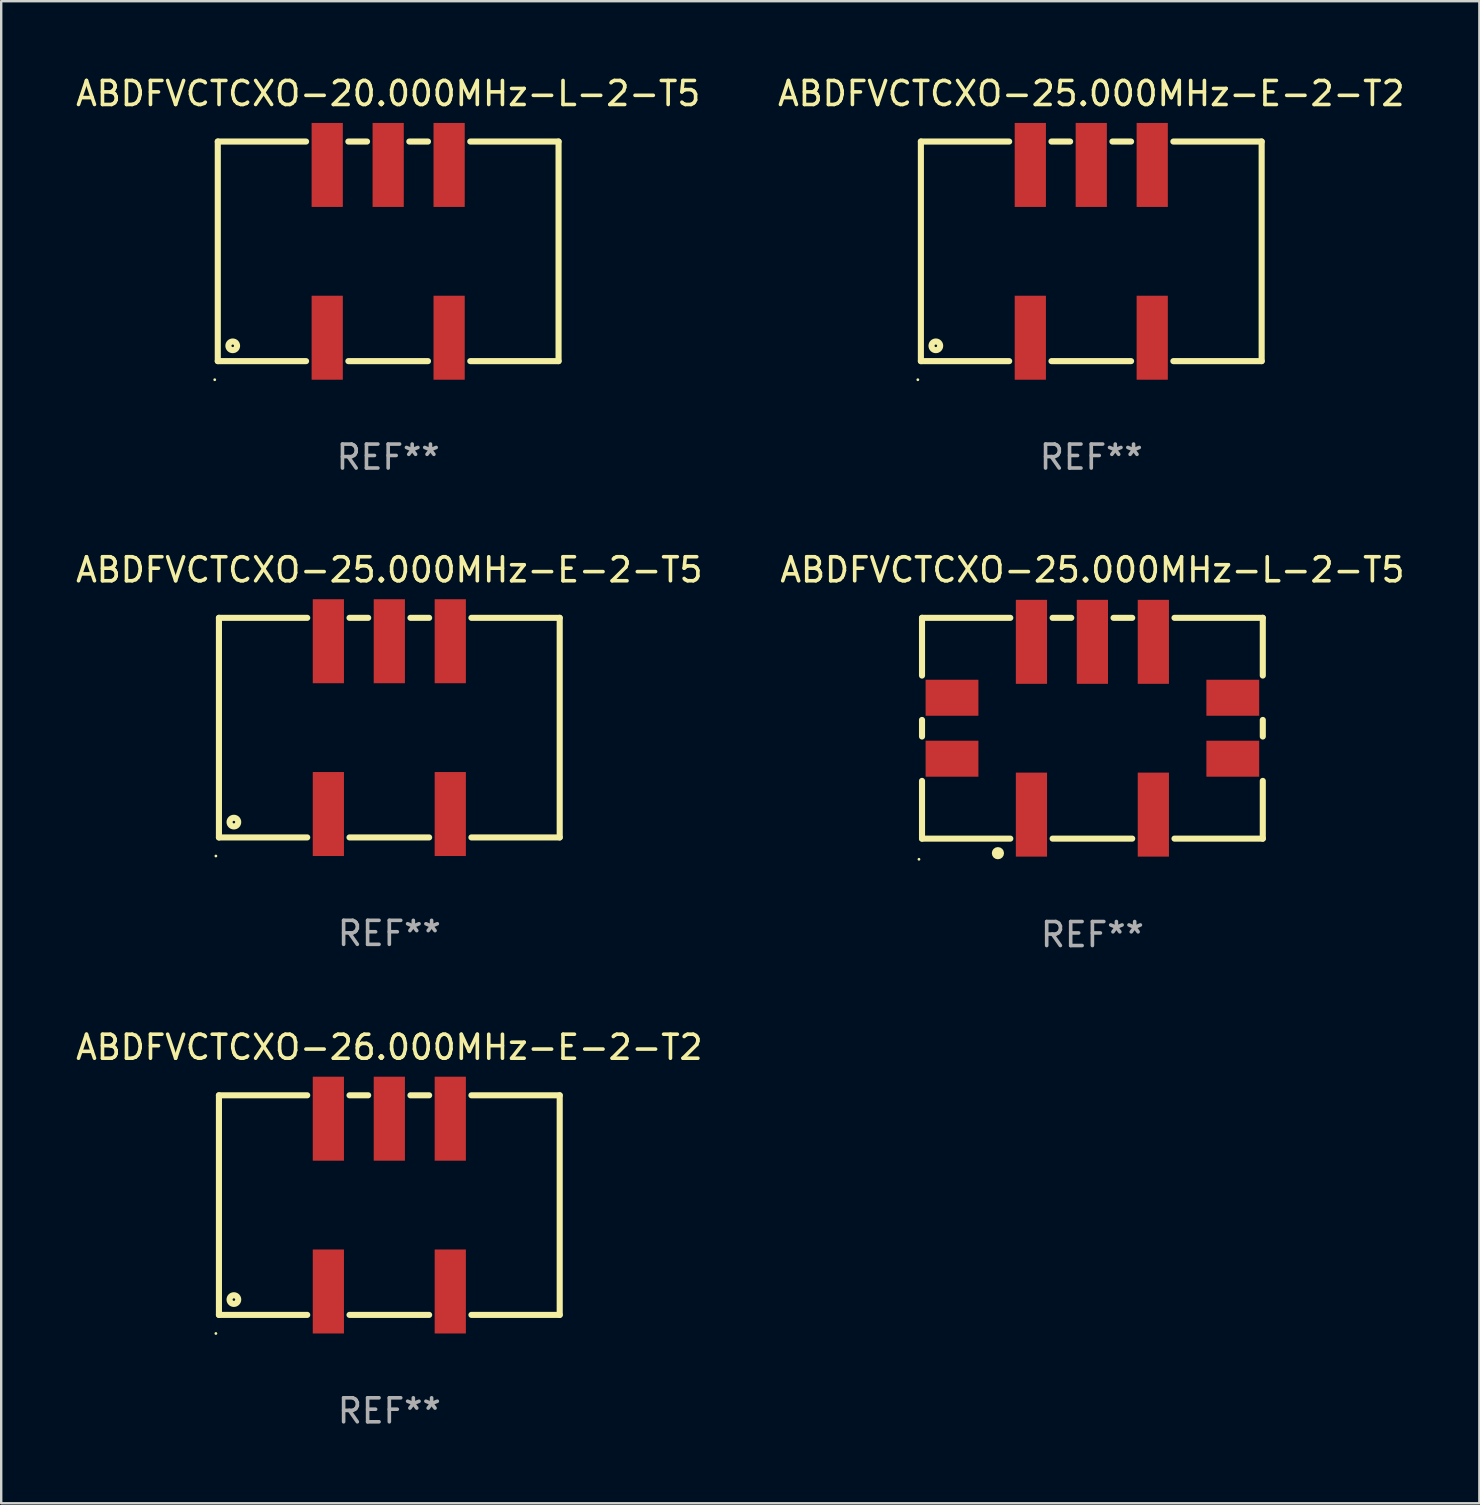
<source format=kicad_pcb>
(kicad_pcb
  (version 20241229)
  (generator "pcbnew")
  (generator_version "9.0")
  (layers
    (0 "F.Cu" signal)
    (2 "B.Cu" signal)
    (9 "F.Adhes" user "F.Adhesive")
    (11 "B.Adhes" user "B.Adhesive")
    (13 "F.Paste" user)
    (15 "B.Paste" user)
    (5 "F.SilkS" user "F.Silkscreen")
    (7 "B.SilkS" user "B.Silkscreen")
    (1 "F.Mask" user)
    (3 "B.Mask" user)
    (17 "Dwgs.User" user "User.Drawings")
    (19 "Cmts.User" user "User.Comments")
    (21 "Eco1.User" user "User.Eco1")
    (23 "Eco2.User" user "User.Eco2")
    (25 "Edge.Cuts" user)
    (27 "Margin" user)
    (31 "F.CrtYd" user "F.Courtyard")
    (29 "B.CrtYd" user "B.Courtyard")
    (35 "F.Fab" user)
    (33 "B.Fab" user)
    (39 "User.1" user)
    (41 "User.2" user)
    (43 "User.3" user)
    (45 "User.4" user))
  (footprint "ABDFVCTCXO-25.000MHz-E-2-T2"
    (layer "F.Cu")
    (at 42.423 7.423)
    (property "Reference" "ABDFVCTCXO-25.000MHz-E-2-T2" (at 0 -6.575 0) (layer "F.SilkS") (effects (font (size 1 1) (thickness 0.15))))
    (attr through_hole)
    (fp_line (start -7.1 -4.575) (end -7.1 4.575) (stroke (width 0.254) (type solid)) (layer "F.SilkS"))
    (fp_line (start -7.1 -4.575) (end -3.421 -4.575) (stroke (width 0.254) (type solid)) (layer "F.SilkS"))
    (fp_line (start -7.1 4.575) (end -3.421 4.575) (stroke (width 0.254) (type solid)) (layer "F.SilkS"))
    (fp_line (start -1.659 -4.575) (end -0.881 -4.575) (stroke (width 0.254) (type solid)) (layer "F.SilkS"))
    (fp_line (start -1.659 4.575) (end 1.659 4.575) (stroke (width 0.254) (type solid)) (layer "F.SilkS"))
    (fp_line (start 0.881 -4.575) (end 1.659 -4.575) (stroke (width 0.254) (type solid)) (layer "F.SilkS"))
    (fp_line (start 3.421 -4.575) (end 7.1 -4.575) (stroke (width 0.254) (type solid)) (layer "F.SilkS"))
    (fp_line (start 3.421 4.575) (end 7.1 4.575) (stroke (width 0.254) (type solid)) (layer "F.SilkS"))
    (fp_line (start 7.1 -4.575) (end 7.1 4.575) (stroke (width 0.254) (type solid)) (layer "F.SilkS"))
    (fp_circle (center -7.227 5.35) (end -7.197 5.35) (stroke (width 0.06) (type solid)) (fill no) (layer "F.SilkS"))
    (fp_circle (center -6.477 3.937) (end -6.297 3.937) (stroke (width 0.254) (type solid)) (fill no) (layer "F.SilkS"))
    (fp_text user "REF**" (at 0 8.575 0) (layer "F.Fab") (effects (font (size 1 1) (thickness 0.15))))
    (pad "1" smd rect (at -2.54 3.6) (size 1.3 3.5) (layers "F.Cu" "F.Mask" "F.Paste"))
    (pad "2" smd rect (at 2.54 3.6) (size 1.3 3.5) (layers "F.Cu" "F.Mask" "F.Paste"))
    (pad "3" smd rect (at 2.54 -3.6) (size 1.3 3.5) (layers "F.Cu" "F.Mask" "F.Paste"))
    (pad "4" smd rect (at 0 -3.6) (size 1.3 3.5) (layers "F.Cu" "F.Mask" "F.Paste"))
    (pad "5" smd rect (at -2.54 -3.6) (size 1.3 3.5) (layers "F.Cu" "F.Mask" "F.Paste")))
  (footprint "ABDFVCTCXO-20.000MHz-L-2-T5"
    (layer "F.Cu")
    (at 13.125 7.423)
    (property "Reference" "ABDFVCTCXO-20.000MHz-L-2-T5" (at 0 -6.575 0) (layer "F.SilkS") (effects (font (size 1 1) (thickness 0.15))))
    (attr through_hole)
    (fp_line (start -7.1 -4.575) (end -7.1 4.575) (stroke (width 0.254) (type solid)) (layer "F.SilkS"))
    (fp_line (start -7.1 -4.575) (end -3.421 -4.575) (stroke (width 0.254) (type solid)) (layer "F.SilkS"))
    (fp_line (start -7.1 4.575) (end -3.421 4.575) (stroke (width 0.254) (type solid)) (layer "F.SilkS"))
    (fp_line (start -1.659 -4.575) (end -0.881 -4.575) (stroke (width 0.254) (type solid)) (layer "F.SilkS"))
    (fp_line (start -1.659 4.575) (end 1.659 4.575) (stroke (width 0.254) (type solid)) (layer "F.SilkS"))
    (fp_line (start 0.881 -4.575) (end 1.659 -4.575) (stroke (width 0.254) (type solid)) (layer "F.SilkS"))
    (fp_line (start 3.421 -4.575) (end 7.1 -4.575) (stroke (width 0.254) (type solid)) (layer "F.SilkS"))
    (fp_line (start 3.421 4.575) (end 7.1 4.575) (stroke (width 0.254) (type solid)) (layer "F.SilkS"))
    (fp_line (start 7.1 -4.575) (end 7.1 4.575) (stroke (width 0.254) (type solid)) (layer "F.SilkS"))
    (fp_circle (center -7.227 5.35) (end -7.197 5.35) (stroke (width 0.06) (type solid)) (fill no) (layer "F.SilkS"))
    (fp_circle (center -6.477 3.937) (end -6.297 3.937) (stroke (width 0.254) (type solid)) (fill no) (layer "F.SilkS"))
    (fp_text user "REF**" (at 0 8.575 0) (layer "F.Fab") (effects (font (size 1 1) (thickness 0.15))))
    (pad "1" smd rect (at -2.54 3.6) (size 1.3 3.5) (layers "F.Cu" "F.Mask" "F.Paste"))
    (pad "2" smd rect (at 2.54 3.6) (size 1.3 3.5) (layers "F.Cu" "F.Mask" "F.Paste"))
    (pad "3" smd rect (at 2.54 -3.6) (size 1.3 3.5) (layers "F.Cu" "F.Mask" "F.Paste"))
    (pad "4" smd rect (at 0 -3.6) (size 1.3 3.5) (layers "F.Cu" "F.Mask" "F.Paste"))
    (pad "5" smd rect (at -2.54 -3.6) (size 1.3 3.5) (layers "F.Cu" "F.Mask" "F.Paste")))
  (footprint "ABDFVCTCXO-25.000MHz-L-2-T5"
    (layer "F.Cu")
    (at 42.47 27.295)
    (property "Reference" "ABDFVCTCXO-25.000MHz-L-2-T5" (at 0 -6.6 0) (layer "F.SilkS") (effects (font (size 1 1) (thickness 0.15))))
    (attr through_hole)
    (fp_line (start -7.1 -4.6) (end -7.1 -2.195) (stroke (width 0.254) (type solid)) (layer "F.SilkS"))
    (fp_line (start -7.1 -4.6) (end -3.421 -4.6) (stroke (width 0.254) (type solid)) (layer "F.SilkS"))
    (fp_line (start -7.1 -0.345) (end -7.1 0.345) (stroke (width 0.254) (type solid)) (layer "F.SilkS"))
    (fp_line (start -7.1 2.195) (end -7.1 4.6) (stroke (width 0.254) (type solid)) (layer "F.SilkS"))
    (fp_line (start -7.1 4.6) (end -3.421 4.6) (stroke (width 0.254) (type solid)) (layer "F.SilkS"))
    (fp_line (start -1.659 -4.6) (end -0.881 -4.6) (stroke (width 0.254) (type solid)) (layer "F.SilkS"))
    (fp_line (start -1.659 4.6) (end 1.659 4.6) (stroke (width 0.254) (type solid)) (layer "F.SilkS"))
    (fp_line (start 0.881 -4.6) (end 1.659 -4.6) (stroke (width 0.254) (type solid)) (layer "F.SilkS"))
    (fp_line (start 3.421 -4.6) (end 7.1 -4.6) (stroke (width 0.254) (type solid)) (layer "F.SilkS"))
    (fp_line (start 3.421 4.6) (end 7.1 4.6) (stroke (width 0.254) (type solid)) (layer "F.SilkS"))
    (fp_line (start 7.1 -4.6) (end 7.1 -2.195) (stroke (width 0.254) (type solid)) (layer "F.SilkS"))
    (fp_line (start 7.1 -0.345) (end 7.1 0.345) (stroke (width 0.254) (type solid)) (layer "F.SilkS"))
    (fp_line (start 7.1 2.195) (end 7.1 4.6) (stroke (width 0.254) (type solid)) (layer "F.SilkS"))
    (fp_circle (center -7.227 5.461) (end -7.197 5.461) (stroke (width 0.06) (type solid)) (fill no) (layer "F.SilkS"))
    (fp_circle (center -3.937 5.207) (end -3.81 5.207) (stroke (width 0.254) (type solid)) (fill no) (layer "F.SilkS"))
    (fp_text user "REF**" (at 0 8.6 0) (layer "F.Fab") (effects (font (size 1 1) (thickness 0.15))))
    (pad "1" smd rect (at -2.54 3.6) (size 1.3 3.5) (layers "F.Cu" "F.Mask" "F.Paste"))
    (pad "2" smd rect (at 2.54 3.6) (size 1.3 3.5) (layers "F.Cu" "F.Mask" "F.Paste"))
    (pad "3" smd rect (at 2.54 -3.6) (size 1.3 3.5) (layers "F.Cu" "F.Mask" "F.Paste"))
    (pad "4" smd rect (at 0 -3.6) (size 1.3 3.5) (layers "F.Cu" "F.Mask" "F.Paste"))
    (pad "5" smd rect (at -2.54 -3.6) (size 1.3 3.5) (layers "F.Cu" "F.Mask" "F.Paste"))
    (pad "6" smd rect (at 5.85 1.27 90) (size 1.5 2.2) (layers "F.Cu" "F.Mask" "F.Paste"))
    (pad "7" smd rect (at 5.85 -1.27 90) (size 1.5 2.2) (layers "F.Cu" "F.Mask" "F.Paste"))
    (pad "8" smd rect (at -5.85 -1.27 90) (size 1.5 2.2) (layers "F.Cu" "F.Mask" "F.Paste"))
    (pad "9" smd rect (at -5.85 1.27 90) (size 1.5 2.2) (layers "F.Cu" "F.Mask" "F.Paste")))
  (footprint "ABDFVCTCXO-26.000MHz-E-2-T2"
    (layer "F.Cu")
    (at 13.173 47.166)
    (property "Reference" "ABDFVCTCXO-26.000MHz-E-2-T2" (at 0 -6.575 0) (layer "F.SilkS") (effects (font (size 1 1) (thickness 0.15))))
    (attr through_hole)
    (fp_line (start -7.1 -4.575) (end -7.1 4.575) (stroke (width 0.254) (type solid)) (layer "F.SilkS"))
    (fp_line (start -7.1 -4.575) (end -3.421 -4.575) (stroke (width 0.254) (type solid)) (layer "F.SilkS"))
    (fp_line (start -7.1 4.575) (end -3.421 4.575) (stroke (width 0.254) (type solid)) (layer "F.SilkS"))
    (fp_line (start -1.659 -4.575) (end -0.881 -4.575) (stroke (width 0.254) (type solid)) (layer "F.SilkS"))
    (fp_line (start -1.659 4.575) (end 1.659 4.575) (stroke (width 0.254) (type solid)) (layer "F.SilkS"))
    (fp_line (start 0.881 -4.575) (end 1.659 -4.575) (stroke (width 0.254) (type solid)) (layer "F.SilkS"))
    (fp_line (start 3.421 -4.575) (end 7.1 -4.575) (stroke (width 0.254) (type solid)) (layer "F.SilkS"))
    (fp_line (start 3.421 4.575) (end 7.1 4.575) (stroke (width 0.254) (type solid)) (layer "F.SilkS"))
    (fp_line (start 7.1 -4.575) (end 7.1 4.575) (stroke (width 0.254) (type solid)) (layer "F.SilkS"))
    (fp_circle (center -7.227 5.35) (end -7.197 5.35) (stroke (width 0.06) (type solid)) (fill no) (layer "F.SilkS"))
    (fp_circle (center -6.477 3.937) (end -6.297 3.937) (stroke (width 0.254) (type solid)) (fill no) (layer "F.SilkS"))
    (fp_text user "REF**" (at 0 8.575 0) (layer "F.Fab") (effects (font (size 1 1) (thickness 0.15))))
    (pad "1" smd rect (at -2.54 3.6) (size 1.3 3.5) (layers "F.Cu" "F.Mask" "F.Paste"))
    (pad "2" smd rect (at 2.54 3.6) (size 1.3 3.5) (layers "F.Cu" "F.Mask" "F.Paste"))
    (pad "3" smd rect (at 2.54 -3.6) (size 1.3 3.5) (layers "F.Cu" "F.Mask" "F.Paste"))
    (pad "4" smd rect (at 0 -3.6) (size 1.3 3.5) (layers "F.Cu" "F.Mask" "F.Paste"))
    (pad "5" smd rect (at -2.54 -3.6) (size 1.3 3.5) (layers "F.Cu" "F.Mask" "F.Paste")))
  (footprint "ABDFVCTCXO-25.000MHz-E-2-T5"
    (layer "F.Cu")
    (at 13.173 27.27)
    (property "Reference" "ABDFVCTCXO-25.000MHz-E-2-T5" (at 0 -6.575 0) (layer "F.SilkS") (effects (font (size 1 1) (thickness 0.15))))
    (attr through_hole)
    (fp_line (start -7.1 -4.575) (end -7.1 4.575) (stroke (width 0.254) (type solid)) (layer "F.SilkS"))
    (fp_line (start -7.1 -4.575) (end -3.421 -4.575) (stroke (width 0.254) (type solid)) (layer "F.SilkS"))
    (fp_line (start -7.1 4.575) (end -3.421 4.575) (stroke (width 0.254) (type solid)) (layer "F.SilkS"))
    (fp_line (start -1.659 -4.575) (end -0.881 -4.575) (stroke (width 0.254) (type solid)) (layer "F.SilkS"))
    (fp_line (start -1.659 4.575) (end 1.659 4.575) (stroke (width 0.254) (type solid)) (layer "F.SilkS"))
    (fp_line (start 0.881 -4.575) (end 1.659 -4.575) (stroke (width 0.254) (type solid)) (layer "F.SilkS"))
    (fp_line (start 3.421 -4.575) (end 7.1 -4.575) (stroke (width 0.254) (type solid)) (layer "F.SilkS"))
    (fp_line (start 3.421 4.575) (end 7.1 4.575) (stroke (width 0.254) (type solid)) (layer "F.SilkS"))
    (fp_line (start 7.1 -4.575) (end 7.1 4.575) (stroke (width 0.254) (type solid)) (layer "F.SilkS"))
    (fp_circle (center -7.227 5.35) (end -7.197 5.35) (stroke (width 0.06) (type solid)) (fill no) (layer "F.SilkS"))
    (fp_circle (center -6.477 3.937) (end -6.297 3.937) (stroke (width 0.254) (type solid)) (fill no) (layer "F.SilkS"))
    (fp_text user "REF**" (at 0 8.575 0) (layer "F.Fab") (effects (font (size 1 1) (thickness 0.15))))
    (pad "1" smd rect (at -2.54 3.6) (size 1.3 3.5) (layers "F.Cu" "F.Mask" "F.Paste"))
    (pad "2" smd rect (at 2.54 3.6) (size 1.3 3.5) (layers "F.Cu" "F.Mask" "F.Paste"))
    (pad "3" smd rect (at 2.54 -3.6) (size 1.3 3.5) (layers "F.Cu" "F.Mask" "F.Paste"))
    (pad "4" smd rect (at 0 -3.6) (size 1.3 3.5) (layers "F.Cu" "F.Mask" "F.Paste"))
    (pad "5" smd rect (at -2.54 -3.6) (size 1.3 3.5) (layers "F.Cu" "F.Mask" "F.Paste")))
  (gr_rect
    (start -3 -3)
    (end 58.595 59.59)
    (stroke (width 0.1) (type default))
    (fill no)
    (layer "Edge.Cuts")))
</source>
